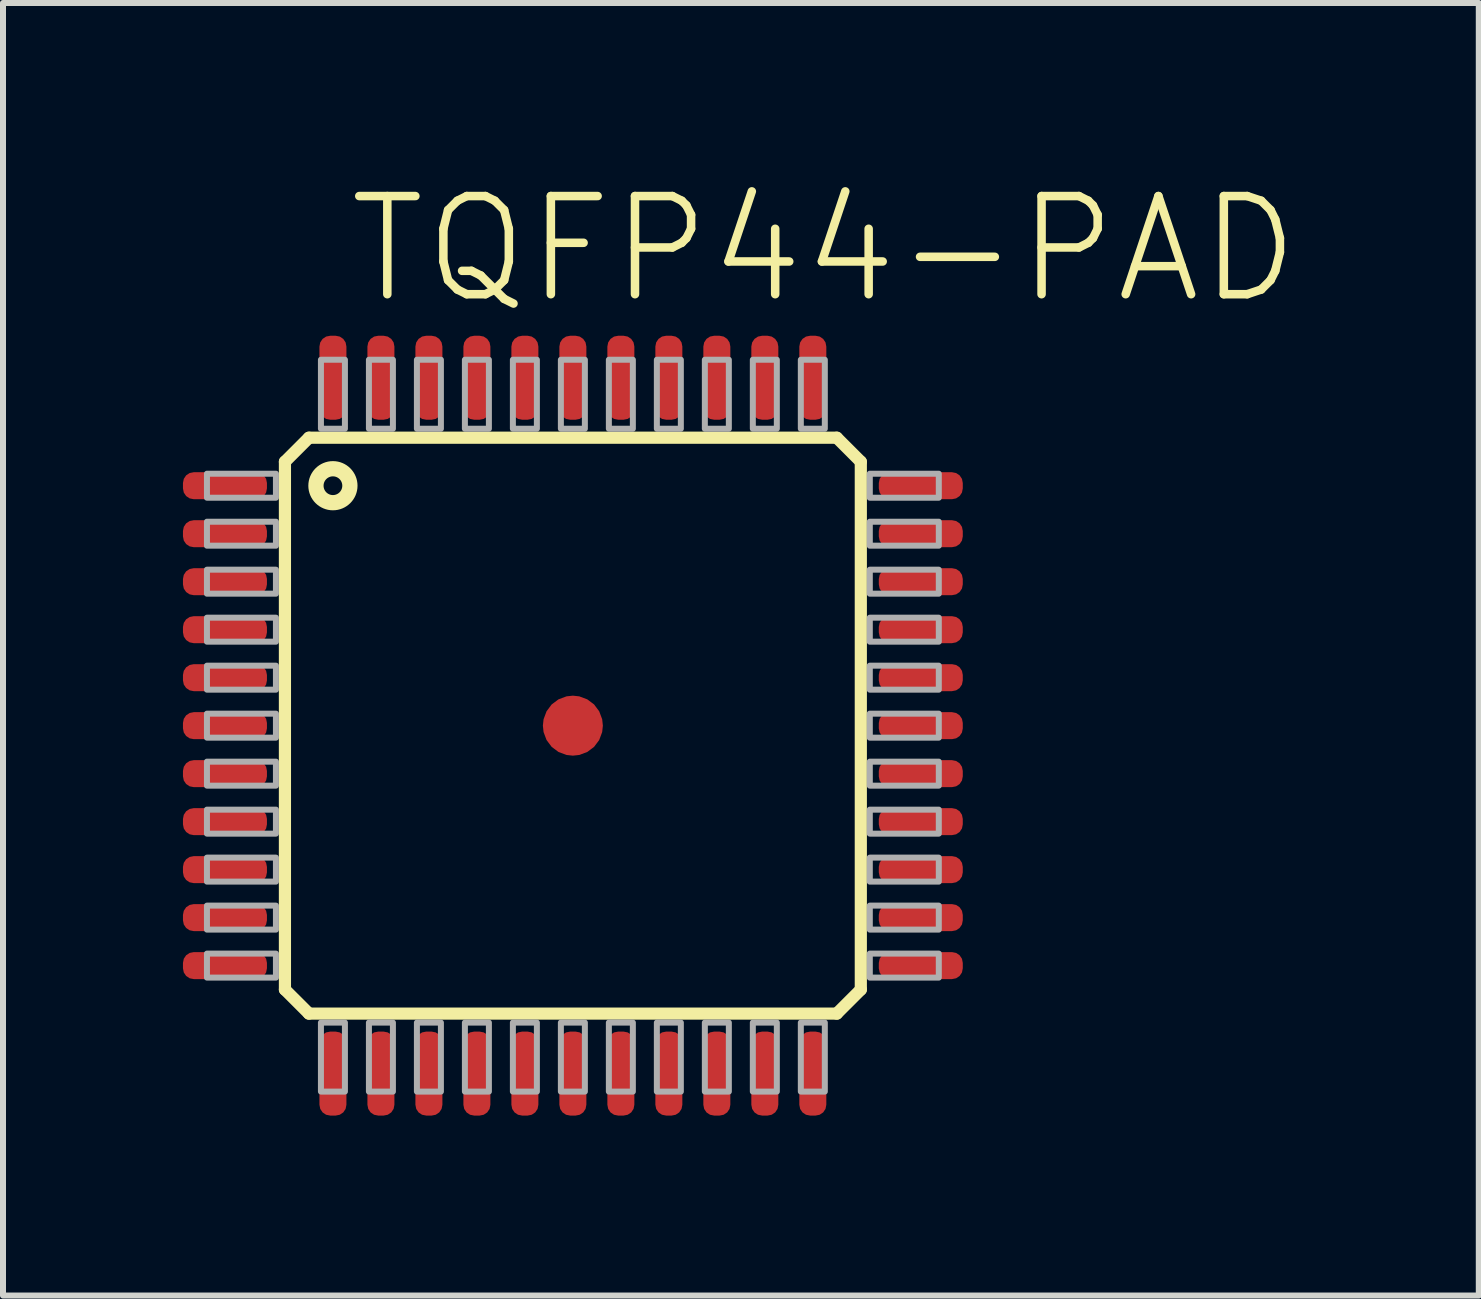
<source format=kicad_pcb>
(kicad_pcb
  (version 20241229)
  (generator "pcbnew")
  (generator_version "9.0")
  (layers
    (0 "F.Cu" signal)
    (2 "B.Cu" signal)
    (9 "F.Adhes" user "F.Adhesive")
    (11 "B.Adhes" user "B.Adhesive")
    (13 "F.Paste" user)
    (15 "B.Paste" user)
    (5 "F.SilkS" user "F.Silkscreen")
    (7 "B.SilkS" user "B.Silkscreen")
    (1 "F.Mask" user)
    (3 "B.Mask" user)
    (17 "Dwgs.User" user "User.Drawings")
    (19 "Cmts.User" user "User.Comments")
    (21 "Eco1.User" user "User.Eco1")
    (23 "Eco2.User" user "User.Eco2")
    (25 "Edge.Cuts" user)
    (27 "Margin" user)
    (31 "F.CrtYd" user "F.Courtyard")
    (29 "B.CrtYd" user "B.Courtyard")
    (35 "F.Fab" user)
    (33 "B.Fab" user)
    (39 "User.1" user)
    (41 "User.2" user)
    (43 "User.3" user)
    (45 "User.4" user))
  (footprint "TQFP44-PAD"
    (layer "F.Cu")
    (at 6.5 9.047)
    (property "Reference" "TQFP44-PAD" (at -3.81 -6.985 0) (unlocked yes) (layer "F.SilkS") (effects (font (size 1.636 1.636) (thickness 0.142)) (justify left bottom)))
    (fp_line (start -4.8 -4.4) (end -4.4 -4.8) (stroke (width 0.203) (type solid)) (layer "F.SilkS"))
    (fp_line (start -4.8 4.4) (end -4.8 -4.4) (stroke (width 0.203) (type solid)) (layer "F.SilkS"))
    (fp_line (start -4.4 -4.8) (end 4.4 -4.8) (stroke (width 0.203) (type solid)) (layer "F.SilkS"))
    (fp_line (start -4.4 4.8) (end -4.8 4.4) (stroke (width 0.203) (type solid)) (layer "F.SilkS"))
    (fp_line (start 4.4 -4.8) (end 4.8 -4.4) (stroke (width 0.203) (type solid)) (layer "F.SilkS"))
    (fp_line (start 4.4 4.8) (end -4.4 4.8) (stroke (width 0.203) (type solid)) (layer "F.SilkS"))
    (fp_line (start 4.8 -4.4) (end 4.8 4.4) (stroke (width 0.203) (type solid)) (layer "F.SilkS"))
    (fp_line (start 4.8 4.4) (end 4.4 4.8) (stroke (width 0.203) (type solid)) (layer "F.SilkS"))
    (fp_circle (center -4 -4) (end -3.717 -4) (stroke (width 0.254) (type solid)) (fill no) (layer "F.SilkS"))
    (fp_poly (pts (xy -6.1 -3.8) (xy -4.95 -3.8) (xy -4.95 -4.2) (xy -6.1 -4.2)) (stroke (width 0.1) (type default)) (fill no) (layer "F.Fab"))
    (fp_poly (pts (xy -6.1 -3) (xy -4.95 -3) (xy -4.95 -3.4) (xy -6.1 -3.4)) (stroke (width 0.1) (type default)) (fill no) (layer "F.Fab"))
    (fp_poly (pts (xy -6.1 -2.2) (xy -4.95 -2.2) (xy -4.95 -2.6) (xy -6.1 -2.6)) (stroke (width 0.1) (type default)) (fill no) (layer "F.Fab"))
    (fp_poly (pts (xy -6.1 -1.4) (xy -4.95 -1.4) (xy -4.95 -1.8) (xy -6.1 -1.8)) (stroke (width 0.1) (type default)) (fill no) (layer "F.Fab"))
    (fp_poly (pts (xy -6.1 -0.6) (xy -4.95 -0.6) (xy -4.95 -1) (xy -6.1 -1)) (stroke (width 0.1) (type default)) (fill no) (layer "F.Fab"))
    (fp_poly (pts (xy -6.1 0.2) (xy -4.95 0.2) (xy -4.95 -0.2) (xy -6.1 -0.2)) (stroke (width 0.1) (type default)) (fill no) (layer "F.Fab"))
    (fp_poly (pts (xy -6.1 1) (xy -4.95 1) (xy -4.95 0.6) (xy -6.1 0.6)) (stroke (width 0.1) (type default)) (fill no) (layer "F.Fab"))
    (fp_poly (pts (xy -6.1 1.8) (xy -4.95 1.8) (xy -4.95 1.4) (xy -6.1 1.4)) (stroke (width 0.1) (type default)) (fill no) (layer "F.Fab"))
    (fp_poly (pts (xy -6.1 2.6) (xy -4.95 2.6) (xy -4.95 2.2) (xy -6.1 2.2)) (stroke (width 0.1) (type default)) (fill no) (layer "F.Fab"))
    (fp_poly (pts (xy -6.1 3.4) (xy -4.95 3.4) (xy -4.95 3) (xy -6.1 3)) (stroke (width 0.1) (type default)) (fill no) (layer "F.Fab"))
    (fp_poly (pts (xy -6.1 4.2) (xy -4.95 4.2) (xy -4.95 3.8) (xy -6.1 3.8)) (stroke (width 0.1) (type default)) (fill no) (layer "F.Fab"))
    (fp_poly (pts (xy -4.2 -4.95) (xy -3.8 -4.95) (xy -3.8 -6.1) (xy -4.2 -6.1)) (stroke (width 0.1) (type default)) (fill no) (layer "F.Fab"))
    (fp_poly (pts (xy -4.2 6.1) (xy -3.8 6.1) (xy -3.8 4.95) (xy -4.2 4.95)) (stroke (width 0.1) (type default)) (fill no) (layer "F.Fab"))
    (fp_poly (pts (xy -3.4 -4.95) (xy -3 -4.95) (xy -3 -6.1) (xy -3.4 -6.1)) (stroke (width 0.1) (type default)) (fill no) (layer "F.Fab"))
    (fp_poly (pts (xy -3.4 6.1) (xy -3 6.1) (xy -3 4.95) (xy -3.4 4.95)) (stroke (width 0.1) (type default)) (fill no) (layer "F.Fab"))
    (fp_poly (pts (xy -2.6 -4.95) (xy -2.2 -4.95) (xy -2.2 -6.1) (xy -2.6 -6.1)) (stroke (width 0.1) (type default)) (fill no) (layer "F.Fab"))
    (fp_poly (pts (xy -2.6 6.1) (xy -2.2 6.1) (xy -2.2 4.95) (xy -2.6 4.95)) (stroke (width 0.1) (type default)) (fill no) (layer "F.Fab"))
    (fp_poly (pts (xy -1.8 -4.95) (xy -1.4 -4.95) (xy -1.4 -6.1) (xy -1.8 -6.1)) (stroke (width 0.1) (type default)) (fill no) (layer "F.Fab"))
    (fp_poly (pts (xy -1.8 6.1) (xy -1.4 6.1) (xy -1.4 4.95) (xy -1.8 4.95)) (stroke (width 0.1) (type default)) (fill no) (layer "F.Fab"))
    (fp_poly (pts (xy -1 -4.95) (xy -0.6 -4.95) (xy -0.6 -6.1) (xy -1 -6.1)) (stroke (width 0.1) (type default)) (fill no) (layer "F.Fab"))
    (fp_poly (pts (xy -1 6.1) (xy -0.6 6.1) (xy -0.6 4.95) (xy -1 4.95)) (stroke (width 0.1) (type default)) (fill no) (layer "F.Fab"))
    (fp_poly (pts (xy -0.2 -4.95) (xy 0.2 -4.95) (xy 0.2 -6.1) (xy -0.2 -6.1)) (stroke (width 0.1) (type default)) (fill no) (layer "F.Fab"))
    (fp_poly (pts (xy -0.2 6.1) (xy 0.2 6.1) (xy 0.2 4.95) (xy -0.2 4.95)) (stroke (width 0.1) (type default)) (fill no) (layer "F.Fab"))
    (fp_poly (pts (xy 0.6 -4.95) (xy 1 -4.95) (xy 1 -6.1) (xy 0.6 -6.1)) (stroke (width 0.1) (type default)) (fill no) (layer "F.Fab"))
    (fp_poly (pts (xy 0.6 6.1) (xy 1 6.1) (xy 1 4.95) (xy 0.6 4.95)) (stroke (width 0.1) (type default)) (fill no) (layer "F.Fab"))
    (fp_poly (pts (xy 1.4 -4.95) (xy 1.8 -4.95) (xy 1.8 -6.1) (xy 1.4 -6.1)) (stroke (width 0.1) (type default)) (fill no) (layer "F.Fab"))
    (fp_poly (pts (xy 1.4 6.1) (xy 1.8 6.1) (xy 1.8 4.95) (xy 1.4 4.95)) (stroke (width 0.1) (type default)) (fill no) (layer "F.Fab"))
    (fp_poly (pts (xy 2.2 -4.95) (xy 2.6 -4.95) (xy 2.6 -6.1) (xy 2.2 -6.1)) (stroke (width 0.1) (type default)) (fill no) (layer "F.Fab"))
    (fp_poly (pts (xy 2.2 6.1) (xy 2.6 6.1) (xy 2.6 4.95) (xy 2.2 4.95)) (stroke (width 0.1) (type default)) (fill no) (layer "F.Fab"))
    (fp_poly (pts (xy 3 -4.95) (xy 3.4 -4.95) (xy 3.4 -6.1) (xy 3 -6.1)) (stroke (width 0.1) (type default)) (fill no) (layer "F.Fab"))
    (fp_poly (pts (xy 3 6.1) (xy 3.4 6.1) (xy 3.4 4.95) (xy 3 4.95)) (stroke (width 0.1) (type default)) (fill no) (layer "F.Fab"))
    (fp_poly (pts (xy 3.8 -4.95) (xy 4.2 -4.95) (xy 4.2 -6.1) (xy 3.8 -6.1)) (stroke (width 0.1) (type default)) (fill no) (layer "F.Fab"))
    (fp_poly (pts (xy 3.8 6.1) (xy 4.2 6.1) (xy 4.2 4.95) (xy 3.8 4.95)) (stroke (width 0.1) (type default)) (fill no) (layer "F.Fab"))
    (fp_poly (pts (xy 4.95 -3.8) (xy 6.1 -3.8) (xy 6.1 -4.2) (xy 4.95 -4.2)) (stroke (width 0.1) (type default)) (fill no) (layer "F.Fab"))
    (fp_poly (pts (xy 4.95 -3) (xy 6.1 -3) (xy 6.1 -3.4) (xy 4.95 -3.4)) (stroke (width 0.1) (type default)) (fill no) (layer "F.Fab"))
    (fp_poly (pts (xy 4.95 -2.2) (xy 6.1 -2.2) (xy 6.1 -2.6) (xy 4.95 -2.6)) (stroke (width 0.1) (type default)) (fill no) (layer "F.Fab"))
    (fp_poly (pts (xy 4.95 -1.4) (xy 6.1 -1.4) (xy 6.1 -1.8) (xy 4.95 -1.8)) (stroke (width 0.1) (type default)) (fill no) (layer "F.Fab"))
    (fp_poly (pts (xy 4.95 -0.6) (xy 6.1 -0.6) (xy 6.1 -1) (xy 4.95 -1)) (stroke (width 0.1) (type default)) (fill no) (layer "F.Fab"))
    (fp_poly (pts (xy 4.95 0.2) (xy 6.1 0.2) (xy 6.1 -0.2) (xy 4.95 -0.2)) (stroke (width 0.1) (type default)) (fill no) (layer "F.Fab"))
    (fp_poly (pts (xy 4.95 1) (xy 6.1 1) (xy 6.1 0.6) (xy 4.95 0.6)) (stroke (width 0.1) (type default)) (fill no) (layer "F.Fab"))
    (fp_poly (pts (xy 4.95 1.8) (xy 6.1 1.8) (xy 6.1 1.4) (xy 4.95 1.4)) (stroke (width 0.1) (type default)) (fill no) (layer "F.Fab"))
    (fp_poly (pts (xy 4.95 2.6) (xy 6.1 2.6) (xy 6.1 2.2) (xy 4.95 2.2)) (stroke (width 0.1) (type default)) (fill no) (layer "F.Fab"))
    (fp_poly (pts (xy 4.95 3.4) (xy 6.1 3.4) (xy 6.1 3) (xy 4.95 3)) (stroke (width 0.1) (type default)) (fill no) (layer "F.Fab"))
    (fp_poly (pts (xy 4.95 4.2) (xy 6.1 4.2) (xy 6.1 3.8) (xy 4.95 3.8)) (stroke (width 0.1) (type default)) (fill no) (layer "F.Fab"))
    (pad "1" smd roundrect (at -5.8 -4) (size 1.4 0.45) (layers "F.Cu" "F.Mask" "F.Paste") (roundrect_rratio 0.4))
    (pad "2" smd roundrect (at -5.8 -3.2) (size 1.4 0.45) (layers "F.Cu" "F.Mask" "F.Paste") (roundrect_rratio 0.4))
    (pad "3" smd roundrect (at -5.8 -2.4) (size 1.4 0.45) (layers "F.Cu" "F.Mask" "F.Paste") (roundrect_rratio 0.4))
    (pad "4" smd roundrect (at -5.8 -1.6) (size 1.4 0.45) (layers "F.Cu" "F.Mask" "F.Paste") (roundrect_rratio 0.4))
    (pad "5" smd roundrect (at -5.8 -0.8) (size 1.4 0.45) (layers "F.Cu" "F.Mask" "F.Paste") (roundrect_rratio 0.4))
    (pad "6" smd roundrect (at -5.8 0) (size 1.4 0.45) (layers "F.Cu" "F.Mask" "F.Paste") (roundrect_rratio 0.4))
    (pad "7" smd roundrect (at -5.8 0.8) (size 1.4 0.45) (layers "F.Cu" "F.Mask" "F.Paste") (roundrect_rratio 0.4))
    (pad "8" smd roundrect (at -5.8 1.6) (size 1.4 0.45) (layers "F.Cu" "F.Mask" "F.Paste") (roundrect_rratio 0.4))
    (pad "9" smd roundrect (at -5.8 2.4) (size 1.4 0.45) (layers "F.Cu" "F.Mask" "F.Paste") (roundrect_rratio 0.4))
    (pad "10" smd roundrect (at -5.8 3.2) (size 1.4 0.45) (layers "F.Cu" "F.Mask" "F.Paste") (roundrect_rratio 0.4))
    (pad "11" smd roundrect (at -5.8 4) (size 1.4 0.45) (layers "F.Cu" "F.Mask" "F.Paste") (roundrect_rratio 0.4))
    (pad "12" smd roundrect (at -4 5.8) (size 0.45 1.4) (layers "F.Cu" "F.Mask" "F.Paste") (roundrect_rratio 0.4))
    (pad "13" smd roundrect (at -3.2 5.8) (size 0.45 1.4) (layers "F.Cu" "F.Mask" "F.Paste") (roundrect_rratio 0.4))
    (pad "14" smd roundrect (at -2.4 5.8) (size 0.45 1.4) (layers "F.Cu" "F.Mask" "F.Paste") (roundrect_rratio 0.4))
    (pad "15" smd roundrect (at -1.6 5.8) (size 0.45 1.4) (layers "F.Cu" "F.Mask" "F.Paste") (roundrect_rratio 0.4))
    (pad "16" smd roundrect (at -0.8 5.8) (size 0.45 1.4) (layers "F.Cu" "F.Mask" "F.Paste") (roundrect_rratio 0.4))
    (pad "17" smd roundrect (at 0 5.8) (size 0.45 1.4) (layers "F.Cu" "F.Mask" "F.Paste") (roundrect_rratio 0.4))
    (pad "18" smd roundrect (at 0.8 5.8) (size 0.45 1.4) (layers "F.Cu" "F.Mask" "F.Paste") (roundrect_rratio 0.4))
    (pad "19" smd roundrect (at 1.6 5.8) (size 0.45 1.4) (layers "F.Cu" "F.Mask" "F.Paste") (roundrect_rratio 0.4))
    (pad "20" smd roundrect (at 2.4 5.8) (size 0.45 1.4) (layers "F.Cu" "F.Mask" "F.Paste") (roundrect_rratio 0.4))
    (pad "21" smd roundrect (at 3.2 5.8) (size 0.45 1.4) (layers "F.Cu" "F.Mask" "F.Paste") (roundrect_rratio 0.4))
    (pad "22" smd roundrect (at 4 5.8) (size 0.45 1.4) (layers "F.Cu" "F.Mask" "F.Paste") (roundrect_rratio 0.4))
    (pad "23" smd roundrect (at 5.8 4) (size 1.4 0.45) (layers "F.Cu" "F.Mask" "F.Paste") (roundrect_rratio 0.4))
    (pad "24" smd roundrect (at 5.8 3.2) (size 1.4 0.45) (layers "F.Cu" "F.Mask" "F.Paste") (roundrect_rratio 0.4))
    (pad "25" smd roundrect (at 5.8 2.4) (size 1.4 0.45) (layers "F.Cu" "F.Mask" "F.Paste") (roundrect_rratio 0.4))
    (pad "26" smd roundrect (at 5.8 1.6) (size 1.4 0.45) (layers "F.Cu" "F.Mask" "F.Paste") (roundrect_rratio 0.4))
    (pad "27" smd roundrect (at 5.8 0.8) (size 1.4 0.45) (layers "F.Cu" "F.Mask" "F.Paste") (roundrect_rratio 0.4))
    (pad "28" smd roundrect (at 5.8 0) (size 1.4 0.45) (layers "F.Cu" "F.Mask" "F.Paste") (roundrect_rratio 0.4))
    (pad "29" smd roundrect (at 5.8 -0.8) (size 1.4 0.45) (layers "F.Cu" "F.Mask" "F.Paste") (roundrect_rratio 0.4))
    (pad "30" smd roundrect (at 5.8 -1.6) (size 1.4 0.45) (layers "F.Cu" "F.Mask" "F.Paste") (roundrect_rratio 0.4))
    (pad "31" smd roundrect (at 5.8 -2.4) (size 1.4 0.45) (layers "F.Cu" "F.Mask" "F.Paste") (roundrect_rratio 0.4))
    (pad "32" smd roundrect (at 5.8 -3.2) (size 1.4 0.45) (layers "F.Cu" "F.Mask" "F.Paste") (roundrect_rratio 0.4))
    (pad "33" smd roundrect (at 5.8 -4) (size 1.4 0.45) (layers "F.Cu" "F.Mask" "F.Paste") (roundrect_rratio 0.4))
    (pad "34" smd roundrect (at 4 -5.8) (size 0.45 1.4) (layers "F.Cu" "F.Mask" "F.Paste") (roundrect_rratio 0.4))
    (pad "35" smd roundrect (at 3.2 -5.8) (size 0.45 1.4) (layers "F.Cu" "F.Mask" "F.Paste") (roundrect_rratio 0.4))
    (pad "36" smd roundrect (at 2.4 -5.8) (size 0.45 1.4) (layers "F.Cu" "F.Mask" "F.Paste") (roundrect_rratio 0.4))
    (pad "37" smd roundrect (at 1.6 -5.8) (size 0.45 1.4) (layers "F.Cu" "F.Mask" "F.Paste") (roundrect_rratio 0.4))
    (pad "38" smd roundrect (at 0.8 -5.8) (size 0.45 1.4) (layers "F.Cu" "F.Mask" "F.Paste") (roundrect_rratio 0.4))
    (pad "39" smd roundrect (at 0 -5.8) (size 0.45 1.4) (layers "F.Cu" "F.Mask" "F.Paste") (roundrect_rratio 0.4))
    (pad "40" smd roundrect (at -0.8 -5.8) (size 0.45 1.4) (layers "F.Cu" "F.Mask" "F.Paste") (roundrect_rratio 0.4))
    (pad "41" smd roundrect (at -1.6 -5.8) (size 0.45 1.4) (layers "F.Cu" "F.Mask" "F.Paste") (roundrect_rratio 0.4))
    (pad "42" smd roundrect (at -2.4 -5.8) (size 0.45 1.4) (layers "F.Cu" "F.Mask" "F.Paste") (roundrect_rratio 0.4))
    (pad "43" smd roundrect (at -3.2 -5.8) (size 0.45 1.4) (layers "F.Cu" "F.Mask" "F.Paste") (roundrect_rratio 0.4))
    (pad "44" smd roundrect (at -4 -5.8) (size 0.45 1.4) (layers "F.Cu" "F.Mask" "F.Paste") (roundrect_rratio 0.4))
    (pad "P$1" smd roundrect (at 0 0) (size 1 1) (layers "F.Cu" "F.Mask" "F.Paste") (roundrect_rratio 0.5)))
  (gr_rect
    (start -3 -3)
    (end 21.602 18.547)
    (stroke (width 0.1) (type default))
    (fill no)
    (layer "Edge.Cuts")))
</source>
